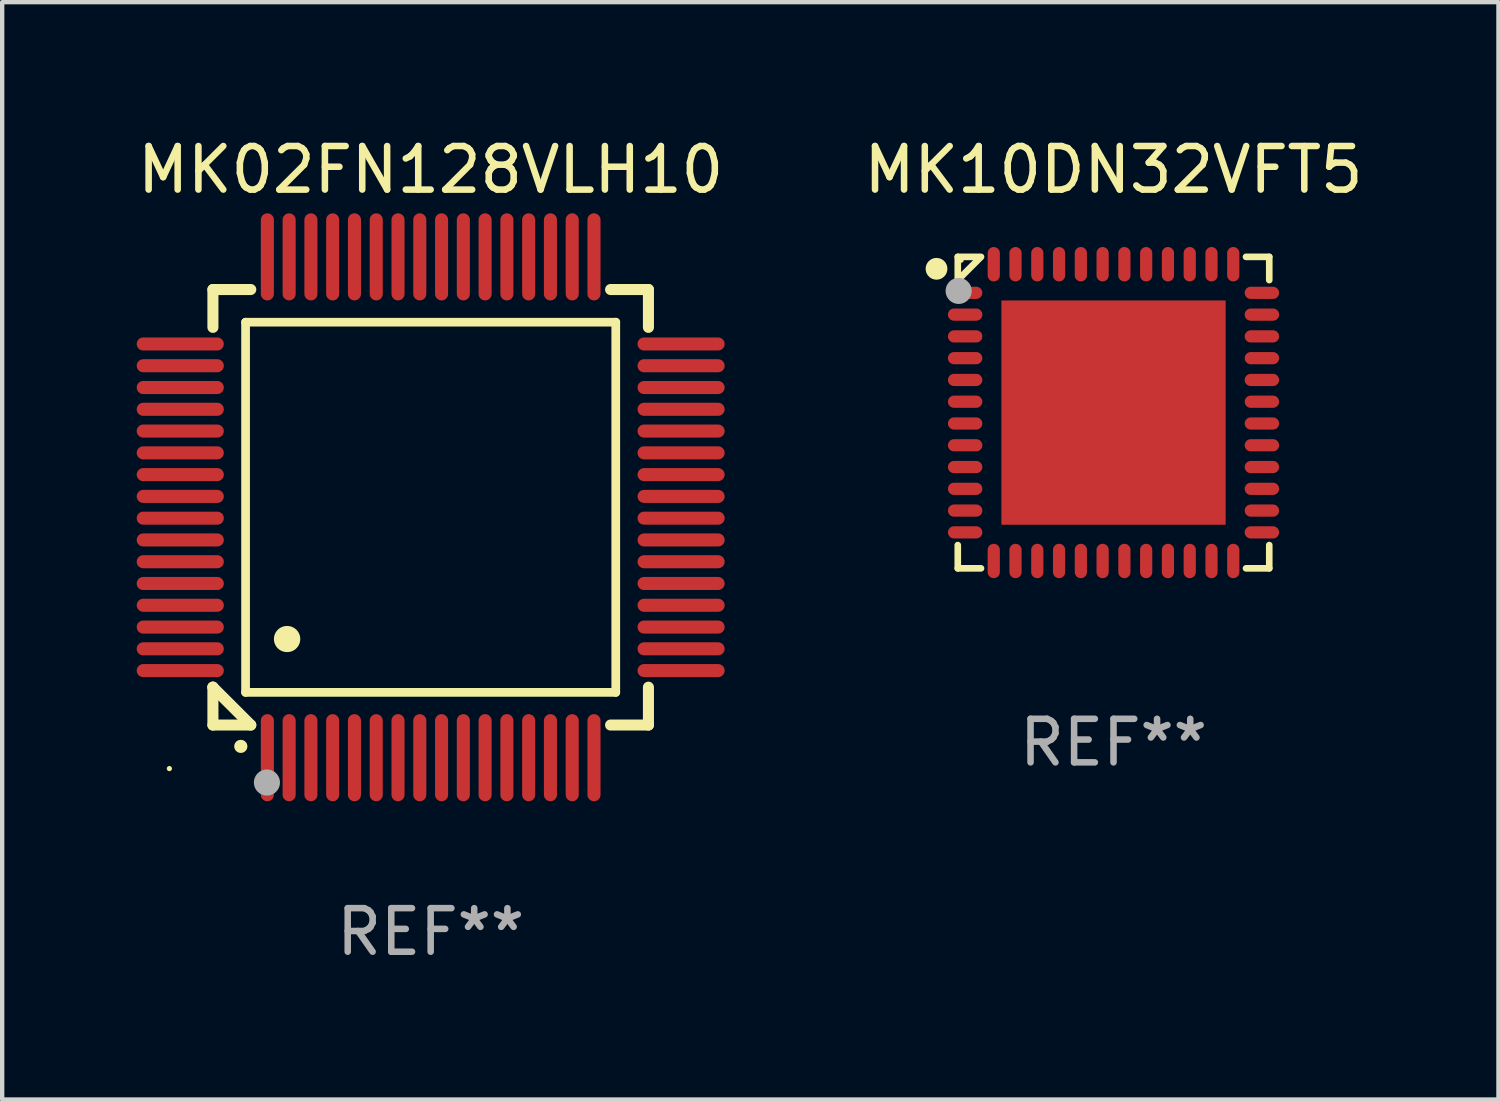
<source format=kicad_pcb>
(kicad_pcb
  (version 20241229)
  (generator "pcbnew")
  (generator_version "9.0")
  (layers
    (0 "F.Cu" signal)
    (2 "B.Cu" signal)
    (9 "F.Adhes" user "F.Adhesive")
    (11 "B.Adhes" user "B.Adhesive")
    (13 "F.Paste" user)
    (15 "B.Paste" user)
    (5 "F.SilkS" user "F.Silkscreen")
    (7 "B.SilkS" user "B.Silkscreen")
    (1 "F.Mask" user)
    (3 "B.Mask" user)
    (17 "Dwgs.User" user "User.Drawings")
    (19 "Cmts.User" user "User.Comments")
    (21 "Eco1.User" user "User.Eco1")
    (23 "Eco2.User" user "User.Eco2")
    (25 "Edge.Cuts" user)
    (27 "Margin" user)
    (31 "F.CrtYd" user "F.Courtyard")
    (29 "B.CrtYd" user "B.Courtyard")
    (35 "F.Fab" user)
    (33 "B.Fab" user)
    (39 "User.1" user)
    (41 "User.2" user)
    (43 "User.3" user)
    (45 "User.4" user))
  (footprint "MK02FN128VLH10"
    (layer "F.Cu")
    (at 6.839 8.598)
    (property "Reference" "MK02FN128VLH10" (at 0 -7.75 0) (layer "F.SilkS") (effects (font (size 1 1) (thickness 0.15))))
    (attr through_hole)
    (fp_line (start -5 -5) (end -4.131 -5) (stroke (width 0.254) (type solid)) (layer "F.SilkS"))
    (fp_line (start -5 -4.131) (end -5 -5) (stroke (width 0.254) (type solid)) (layer "F.SilkS"))
    (fp_line (start -5 4.131) (end -5 4.131) (stroke (width 0.254) (type solid)) (layer "F.SilkS"))
    (fp_line (start -5 5) (end -5 4.131) (stroke (width 0.254) (type solid)) (layer "F.SilkS"))
    (fp_line (start -5 4.131) (end -4.131 5) (stroke (width 0.254) (type solid)) (layer "F.SilkS"))
    (fp_line (start -4.25 -4.25) (end -4.25 4.25) (stroke (width 0.2) (type solid)) (layer "F.SilkS"))
    (fp_line (start -4.25 4.25) (end 4.25 4.25) (stroke (width 0.2) (type solid)) (layer "F.SilkS"))
    (fp_line (start -4.131 5) (end -5 5) (stroke (width 0.254) (type solid)) (layer "F.SilkS"))
    (fp_line (start 4.25 -4.25) (end -4.25 -4.25) (stroke (width 0.2) (type solid)) (layer "F.SilkS"))
    (fp_line (start 4.25 4.25) (end 4.25 -4.25) (stroke (width 0.2) (type solid)) (layer "F.SilkS"))
    (fp_line (start 5 -5) (end 4.131 -5) (stroke (width 0.254) (type solid)) (layer "F.SilkS"))
    (fp_line (start 5 -5) (end 5 -4.131) (stroke (width 0.254) (type solid)) (layer "F.SilkS"))
    (fp_line (start 5 4.131) (end 5 5) (stroke (width 0.254) (type solid)) (layer "F.SilkS"))
    (fp_line (start 5 5) (end 4.131 5) (stroke (width 0.254) (type solid)) (layer "F.SilkS"))
    (fp_arc (start -4.361265 5.489992) (mid -4.359995 5.489987) (end -4.358725 5.489992) (stroke (width 0.3) (type solid)) (layer "F.SilkS"))
    (fp_arc (start -3.299467 3.025146) (mid -3.296927 3.025135) (end -3.294387 3.025146) (stroke (width 0.6) (type solid)) (layer "F.SilkS"))
    (fp_circle (center -6 6) (end -5.97 6) (stroke (width 0.06) (type solid)) (fill no) (layer "F.SilkS"))
    (fp_circle (center -3.76 6.32) (end -3.61 6.32) (stroke (width 0.3) (type solid)) (fill no) (layer "F.Fab"))
    (fp_text user "REF**" (at 0 9.75 0) (layer "F.Fab") (effects (font (size 1 1) (thickness 0.15))))
    (pad "1" smd oval (at -3.75 5.75) (size 0.3 2) (layers "F.Cu" "F.Mask" "F.Paste"))
    (pad "2" smd oval (at -3.25 5.75) (size 0.3 2) (layers "F.Cu" "F.Mask" "F.Paste"))
    (pad "3" smd oval (at -2.75 5.75) (size 0.3 2) (layers "F.Cu" "F.Mask" "F.Paste"))
    (pad "4" smd oval (at -2.25 5.75) (size 0.3 2) (layers "F.Cu" "F.Mask" "F.Paste"))
    (pad "5" smd oval (at -1.75 5.75) (size 0.3 2) (layers "F.Cu" "F.Mask" "F.Paste"))
    (pad "6" smd oval (at -1.25 5.75) (size 0.3 2) (layers "F.Cu" "F.Mask" "F.Paste"))
    (pad "7" smd oval (at -0.75 5.75) (size 0.3 2) (layers "F.Cu" "F.Mask" "F.Paste"))
    (pad "8" smd oval (at -0.25 5.75) (size 0.3 2) (layers "F.Cu" "F.Mask" "F.Paste"))
    (pad "9" smd oval (at 0.25 5.75) (size 0.3 2) (layers "F.Cu" "F.Mask" "F.Paste"))
    (pad "10" smd oval (at 0.75 5.75) (size 0.3 2) (layers "F.Cu" "F.Mask" "F.Paste"))
    (pad "11" smd oval (at 1.25 5.75) (size 0.3 2) (layers "F.Cu" "F.Mask" "F.Paste"))
    (pad "12" smd oval (at 1.75 5.75) (size 0.3 2) (layers "F.Cu" "F.Mask" "F.Paste"))
    (pad "13" smd oval (at 2.25 5.75) (size 0.3 2) (layers "F.Cu" "F.Mask" "F.Paste"))
    (pad "14" smd oval (at 2.75 5.75) (size 0.3 2) (layers "F.Cu" "F.Mask" "F.Paste"))
    (pad "15" smd oval (at 3.25 5.75) (size 0.3 2) (layers "F.Cu" "F.Mask" "F.Paste"))
    (pad "16" smd oval (at 3.75 5.75) (size 0.3 2) (layers "F.Cu" "F.Mask" "F.Paste"))
    (pad "17" smd oval (at 5.75 3.75) (size 2 0.3) (layers "F.Cu" "F.Mask" "F.Paste"))
    (pad "18" smd oval (at 5.75 3.25) (size 2 0.3) (layers "F.Cu" "F.Mask" "F.Paste"))
    (pad "19" smd oval (at 5.75 2.75) (size 2 0.3) (layers "F.Cu" "F.Mask" "F.Paste"))
    (pad "20" smd oval (at 5.75 2.25) (size 2 0.3) (layers "F.Cu" "F.Mask" "F.Paste"))
    (pad "21" smd oval (at 5.75 1.75) (size 2 0.3) (layers "F.Cu" "F.Mask" "F.Paste"))
    (pad "22" smd oval (at 5.75 1.25) (size 2 0.3) (layers "F.Cu" "F.Mask" "F.Paste"))
    (pad "23" smd oval (at 5.75 0.75) (size 2 0.3) (layers "F.Cu" "F.Mask" "F.Paste"))
    (pad "24" smd oval (at 5.75 0.25) (size 2 0.3) (layers "F.Cu" "F.Mask" "F.Paste"))
    (pad "25" smd oval (at 5.75 -0.25) (size 2 0.3) (layers "F.Cu" "F.Mask" "F.Paste"))
    (pad "26" smd oval (at 5.75 -0.75) (size 2 0.3) (layers "F.Cu" "F.Mask" "F.Paste"))
    (pad "27" smd oval (at 5.75 -1.25) (size 2 0.3) (layers "F.Cu" "F.Mask" "F.Paste"))
    (pad "28" smd oval (at 5.75 -1.75) (size 2 0.3) (layers "F.Cu" "F.Mask" "F.Paste"))
    (pad "29" smd oval (at 5.75 -2.25) (size 2 0.3) (layers "F.Cu" "F.Mask" "F.Paste"))
    (pad "30" smd oval (at 5.75 -2.75) (size 2 0.3) (layers "F.Cu" "F.Mask" "F.Paste"))
    (pad "31" smd oval (at 5.75 -3.25) (size 2 0.3) (layers "F.Cu" "F.Mask" "F.Paste"))
    (pad "32" smd oval (at 5.75 -3.75) (size 2 0.3) (layers "F.Cu" "F.Mask" "F.Paste"))
    (pad "33" smd oval (at 3.75 -5.75) (size 0.3 2) (layers "F.Cu" "F.Mask" "F.Paste"))
    (pad "34" smd oval (at 3.25 -5.75) (size 0.3 2) (layers "F.Cu" "F.Mask" "F.Paste"))
    (pad "35" smd oval (at 2.75 -5.75) (size 0.3 2) (layers "F.Cu" "F.Mask" "F.Paste"))
    (pad "36" smd oval (at 2.25 -5.75) (size 0.3 2) (layers "F.Cu" "F.Mask" "F.Paste"))
    (pad "37" smd oval (at 1.75 -5.75) (size 0.3 2) (layers "F.Cu" "F.Mask" "F.Paste"))
    (pad "38" smd oval (at 1.25 -5.75) (size 0.3 2) (layers "F.Cu" "F.Mask" "F.Paste"))
    (pad "39" smd oval (at 0.75 -5.75) (size 0.3 2) (layers "F.Cu" "F.Mask" "F.Paste"))
    (pad "40" smd oval (at 0.25 -5.75) (size 0.3 2) (layers "F.Cu" "F.Mask" "F.Paste"))
    (pad "41" smd oval (at -0.25 -5.75) (size 0.3 2) (layers "F.Cu" "F.Mask" "F.Paste"))
    (pad "42" smd oval (at -0.75 -5.75) (size 0.3 2) (layers "F.Cu" "F.Mask" "F.Paste"))
    (pad "43" smd oval (at -1.25 -5.75) (size 0.3 2) (layers "F.Cu" "F.Mask" "F.Paste"))
    (pad "44" smd oval (at -1.75 -5.75) (size 0.3 2) (layers "F.Cu" "F.Mask" "F.Paste"))
    (pad "45" smd oval (at -2.25 -5.75) (size 0.3 2) (layers "F.Cu" "F.Mask" "F.Paste"))
    (pad "46" smd oval (at -2.75 -5.75) (size 0.3 2) (layers "F.Cu" "F.Mask" "F.Paste"))
    (pad "47" smd oval (at -3.25 -5.75) (size 0.3 2) (layers "F.Cu" "F.Mask" "F.Paste"))
    (pad "48" smd oval (at -3.75 -5.75) (size 0.3 2) (layers "F.Cu" "F.Mask" "F.Paste"))
    (pad "49" smd oval (at -5.75 -3.75) (size 2 0.3) (layers "F.Cu" "F.Mask" "F.Paste"))
    (pad "50" smd oval (at -5.75 -3.25) (size 2 0.3) (layers "F.Cu" "F.Mask" "F.Paste"))
    (pad "51" smd oval (at -5.75 -2.75) (size 2 0.3) (layers "F.Cu" "F.Mask" "F.Paste"))
    (pad "52" smd oval (at -5.75 -2.25) (size 2 0.3) (layers "F.Cu" "F.Mask" "F.Paste"))
    (pad "53" smd oval (at -5.75 -1.75) (size 2 0.3) (layers "F.Cu" "F.Mask" "F.Paste"))
    (pad "54" smd oval (at -5.75 -1.25) (size 2 0.3) (layers "F.Cu" "F.Mask" "F.Paste"))
    (pad "55" smd oval (at -5.75 -0.75) (size 2 0.3) (layers "F.Cu" "F.Mask" "F.Paste"))
    (pad "56" smd oval (at -5.75 -0.25) (size 2 0.3) (layers "F.Cu" "F.Mask" "F.Paste"))
    (pad "57" smd oval (at -5.75 0.25) (size 2 0.3) (layers "F.Cu" "F.Mask" "F.Paste"))
    (pad "58" smd oval (at -5.75 0.75) (size 2 0.3) (layers "F.Cu" "F.Mask" "F.Paste"))
    (pad "59" smd oval (at -5.75 1.25) (size 2 0.3) (layers "F.Cu" "F.Mask" "F.Paste"))
    (pad "60" smd oval (at -5.75 1.75) (size 2 0.3) (layers "F.Cu" "F.Mask" "F.Paste"))
    (pad "61" smd oval (at -5.75 2.25) (size 2 0.3) (layers "F.Cu" "F.Mask" "F.Paste"))
    (pad "62" smd oval (at -5.75 2.75) (size 2 0.3) (layers "F.Cu" "F.Mask" "F.Paste"))
    (pad "63" smd oval (at -5.75 3.25) (size 2 0.3) (layers "F.Cu" "F.Mask" "F.Paste"))
    (pad "64" smd oval (at -5.75 3.75) (size 2 0.3) (layers "F.Cu" "F.Mask" "F.Paste")))
  (footprint "MK10DN32VFT5"
    (layer "F.Cu")
    (at 22.518 6.424)
    (property "Reference" "MK10DN32VFT5" (at 0 -5.576 0) (layer "F.SilkS") (effects (font (size 1 1) (thickness 0.15))))
    (attr through_hole)
    (fp_line (start -3.576 -3.576) (end -3.042 -3.576) (stroke (width 0.152) (type solid)) (layer "F.SilkS"))
    (fp_line (start -3.576 -3.042) (end -3.576 -3.576) (stroke (width 0.152) (type solid)) (layer "F.SilkS"))
    (fp_line (start -3.576 3.042) (end -3.576 3.576) (stroke (width 0.152) (type solid)) (layer "F.SilkS"))
    (fp_line (start -3.576 3.576) (end -3.042 3.576) (stroke (width 0.152) (type solid)) (layer "F.SilkS"))
    (fp_line (start -3.069 -3.549) (end -3.549 -3.069) (stroke (width 0.152) (type solid)) (layer "F.SilkS"))
    (fp_line (start 3.576 -3.576) (end 3.042 -3.576) (stroke (width 0.152) (type solid)) (layer "F.SilkS"))
    (fp_line (start 3.576 -3.042) (end 3.576 -3.576) (stroke (width 0.152) (type solid)) (layer "F.SilkS"))
    (fp_line (start 3.576 3.042) (end 3.576 3.576) (stroke (width 0.152) (type solid)) (layer "F.SilkS"))
    (fp_line (start 3.576 3.576) (end 3.042 3.576) (stroke (width 0.152) (type solid)) (layer "F.SilkS"))
    (fp_circle (center -4.064 -3.302) (end -3.939 -3.302) (stroke (width 0.25) (type solid)) (fill no) (layer "F.SilkS"))
    (fp_circle (center -3.5 -3.5) (end -3.47 -3.5) (stroke (width 0.06) (type solid)) (fill no) (layer "F.SilkS"))
    (fp_circle (center -3.556 -2.794) (end -3.406 -2.794) (stroke (width 0.3) (type solid)) (fill no) (layer "F.Fab"))
    (fp_text user "REF**" (at 0 7.576 0) (layer "F.Fab") (effects (font (size 1 1) (thickness 0.15))))
    (pad "1" smd oval (at -3.407 -2.75) (size 0.79 0.28) (layers "F.Cu" "F.Mask" "F.Paste"))
    (pad "2" smd oval (at -3.407 -2.25) (size 0.79 0.28) (layers "F.Cu" "F.Mask" "F.Paste"))
    (pad "3" smd oval (at -3.407 -1.75) (size 0.79 0.28) (layers "F.Cu" "F.Mask" "F.Paste"))
    (pad "4" smd oval (at -3.407 -1.25) (size 0.79 0.28) (layers "F.Cu" "F.Mask" "F.Paste"))
    (pad "5" smd oval (at -3.407 -0.75) (size 0.79 0.28) (layers "F.Cu" "F.Mask" "F.Paste"))
    (pad "6" smd oval (at -3.407 -0.25) (size 0.79 0.28) (layers "F.Cu" "F.Mask" "F.Paste"))
    (pad "7" smd oval (at -3.407 0.25) (size 0.79 0.28) (layers "F.Cu" "F.Mask" "F.Paste"))
    (pad "8" smd oval (at -3.407 0.75) (size 0.79 0.28) (layers "F.Cu" "F.Mask" "F.Paste"))
    (pad "9" smd oval (at -3.407 1.25) (size 0.79 0.28) (layers "F.Cu" "F.Mask" "F.Paste"))
    (pad "10" smd oval (at -3.407 1.75) (size 0.79 0.28) (layers "F.Cu" "F.Mask" "F.Paste"))
    (pad "11" smd oval (at -3.407 2.25) (size 0.79 0.28) (layers "F.Cu" "F.Mask" "F.Paste"))
    (pad "12" smd oval (at -3.407 2.75) (size 0.79 0.28) (layers "F.Cu" "F.Mask" "F.Paste"))
    (pad "13" smd oval (at -2.75 3.407) (size 0.28 0.79) (layers "F.Cu" "F.Mask" "F.Paste"))
    (pad "14" smd oval (at -2.25 3.407) (size 0.28 0.79) (layers "F.Cu" "F.Mask" "F.Paste"))
    (pad "15" smd oval (at -1.75 3.407) (size 0.28 0.79) (layers "F.Cu" "F.Mask" "F.Paste"))
    (pad "16" smd oval (at -1.25 3.407) (size 0.28 0.79) (layers "F.Cu" "F.Mask" "F.Paste"))
    (pad "17" smd oval (at -0.75 3.407) (size 0.28 0.79) (layers "F.Cu" "F.Mask" "F.Paste"))
    (pad "18" smd oval (at -0.25 3.407) (size 0.28 0.79) (layers "F.Cu" "F.Mask" "F.Paste"))
    (pad "19" smd oval (at 0.25 3.407) (size 0.28 0.79) (layers "F.Cu" "F.Mask" "F.Paste"))
    (pad "20" smd oval (at 0.75 3.407) (size 0.28 0.79) (layers "F.Cu" "F.Mask" "F.Paste"))
    (pad "21" smd oval (at 1.25 3.407) (size 0.28 0.79) (layers "F.Cu" "F.Mask" "F.Paste"))
    (pad "22" smd oval (at 1.75 3.407) (size 0.28 0.79) (layers "F.Cu" "F.Mask" "F.Paste"))
    (pad "23" smd oval (at 2.25 3.407) (size 0.28 0.79) (layers "F.Cu" "F.Mask" "F.Paste"))
    (pad "24" smd oval (at 2.75 3.407) (size 0.28 0.79) (layers "F.Cu" "F.Mask" "F.Paste"))
    (pad "25" smd oval (at 3.407 2.75) (size 0.79 0.28) (layers "F.Cu" "F.Mask" "F.Paste"))
    (pad "26" smd oval (at 3.407 2.25) (size 0.79 0.28) (layers "F.Cu" "F.Mask" "F.Paste"))
    (pad "27" smd oval (at 3.407 1.75) (size 0.79 0.28) (layers "F.Cu" "F.Mask" "F.Paste"))
    (pad "28" smd oval (at 3.407 1.25) (size 0.79 0.28) (layers "F.Cu" "F.Mask" "F.Paste"))
    (pad "29" smd oval (at 3.407 0.75) (size 0.79 0.28) (layers "F.Cu" "F.Mask" "F.Paste"))
    (pad "30" smd oval (at 3.407 0.25) (size 0.79 0.28) (layers "F.Cu" "F.Mask" "F.Paste"))
    (pad "31" smd oval (at 3.407 -0.25) (size 0.79 0.28) (layers "F.Cu" "F.Mask" "F.Paste"))
    (pad "32" smd oval (at 3.407 -0.75) (size 0.79 0.28) (layers "F.Cu" "F.Mask" "F.Paste"))
    (pad "33" smd oval (at 3.407 -1.25) (size 0.79 0.28) (layers "F.Cu" "F.Mask" "F.Paste"))
    (pad "34" smd oval (at 3.407 -1.75) (size 0.79 0.28) (layers "F.Cu" "F.Mask" "F.Paste"))
    (pad "35" smd oval (at 3.407 -2.25) (size 0.79 0.28) (layers "F.Cu" "F.Mask" "F.Paste"))
    (pad "36" smd oval (at 3.407 -2.75) (size 0.79 0.28) (layers "F.Cu" "F.Mask" "F.Paste"))
    (pad "37" smd oval (at 2.75 -3.407) (size 0.28 0.79) (layers "F.Cu" "F.Mask" "F.Paste"))
    (pad "38" smd oval (at 2.25 -3.407) (size 0.28 0.79) (layers "F.Cu" "F.Mask" "F.Paste"))
    (pad "39" smd oval (at 1.75 -3.407) (size 0.28 0.79) (layers "F.Cu" "F.Mask" "F.Paste"))
    (pad "40" smd oval (at 1.25 -3.407) (size 0.28 0.79) (layers "F.Cu" "F.Mask" "F.Paste"))
    (pad "41" smd oval (at 0.75 -3.407) (size 0.28 0.79) (layers "F.Cu" "F.Mask" "F.Paste"))
    (pad "42" smd oval (at 0.25 -3.407) (size 0.28 0.79) (layers "F.Cu" "F.Mask" "F.Paste"))
    (pad "43" smd oval (at -0.25 -3.407) (size 0.28 0.79) (layers "F.Cu" "F.Mask" "F.Paste"))
    (pad "44" smd oval (at -0.75 -3.407) (size 0.28 0.79) (layers "F.Cu" "F.Mask" "F.Paste"))
    (pad "45" smd oval (at -1.25 -3.407) (size 0.28 0.79) (layers "F.Cu" "F.Mask" "F.Paste"))
    (pad "46" smd oval (at -1.75 -3.407) (size 0.28 0.79) (layers "F.Cu" "F.Mask" "F.Paste"))
    (pad "47" smd oval (at -2.25 -3.407) (size 0.28 0.79) (layers "F.Cu" "F.Mask" "F.Paste"))
    (pad "48" smd oval (at -2.75 -3.407) (size 0.28 0.79) (layers "F.Cu" "F.Mask" "F.Paste"))
    (pad "49" smd rect (at 0 0) (size 5.15 5.15) (layers "F.Cu" "F.Mask" "F.Paste")))
  (gr_rect
    (start -3 -3)
    (end 31.357 22.196)
    (stroke (width 0.1) (type default))
    (fill no)
    (layer "Edge.Cuts")))
</source>
